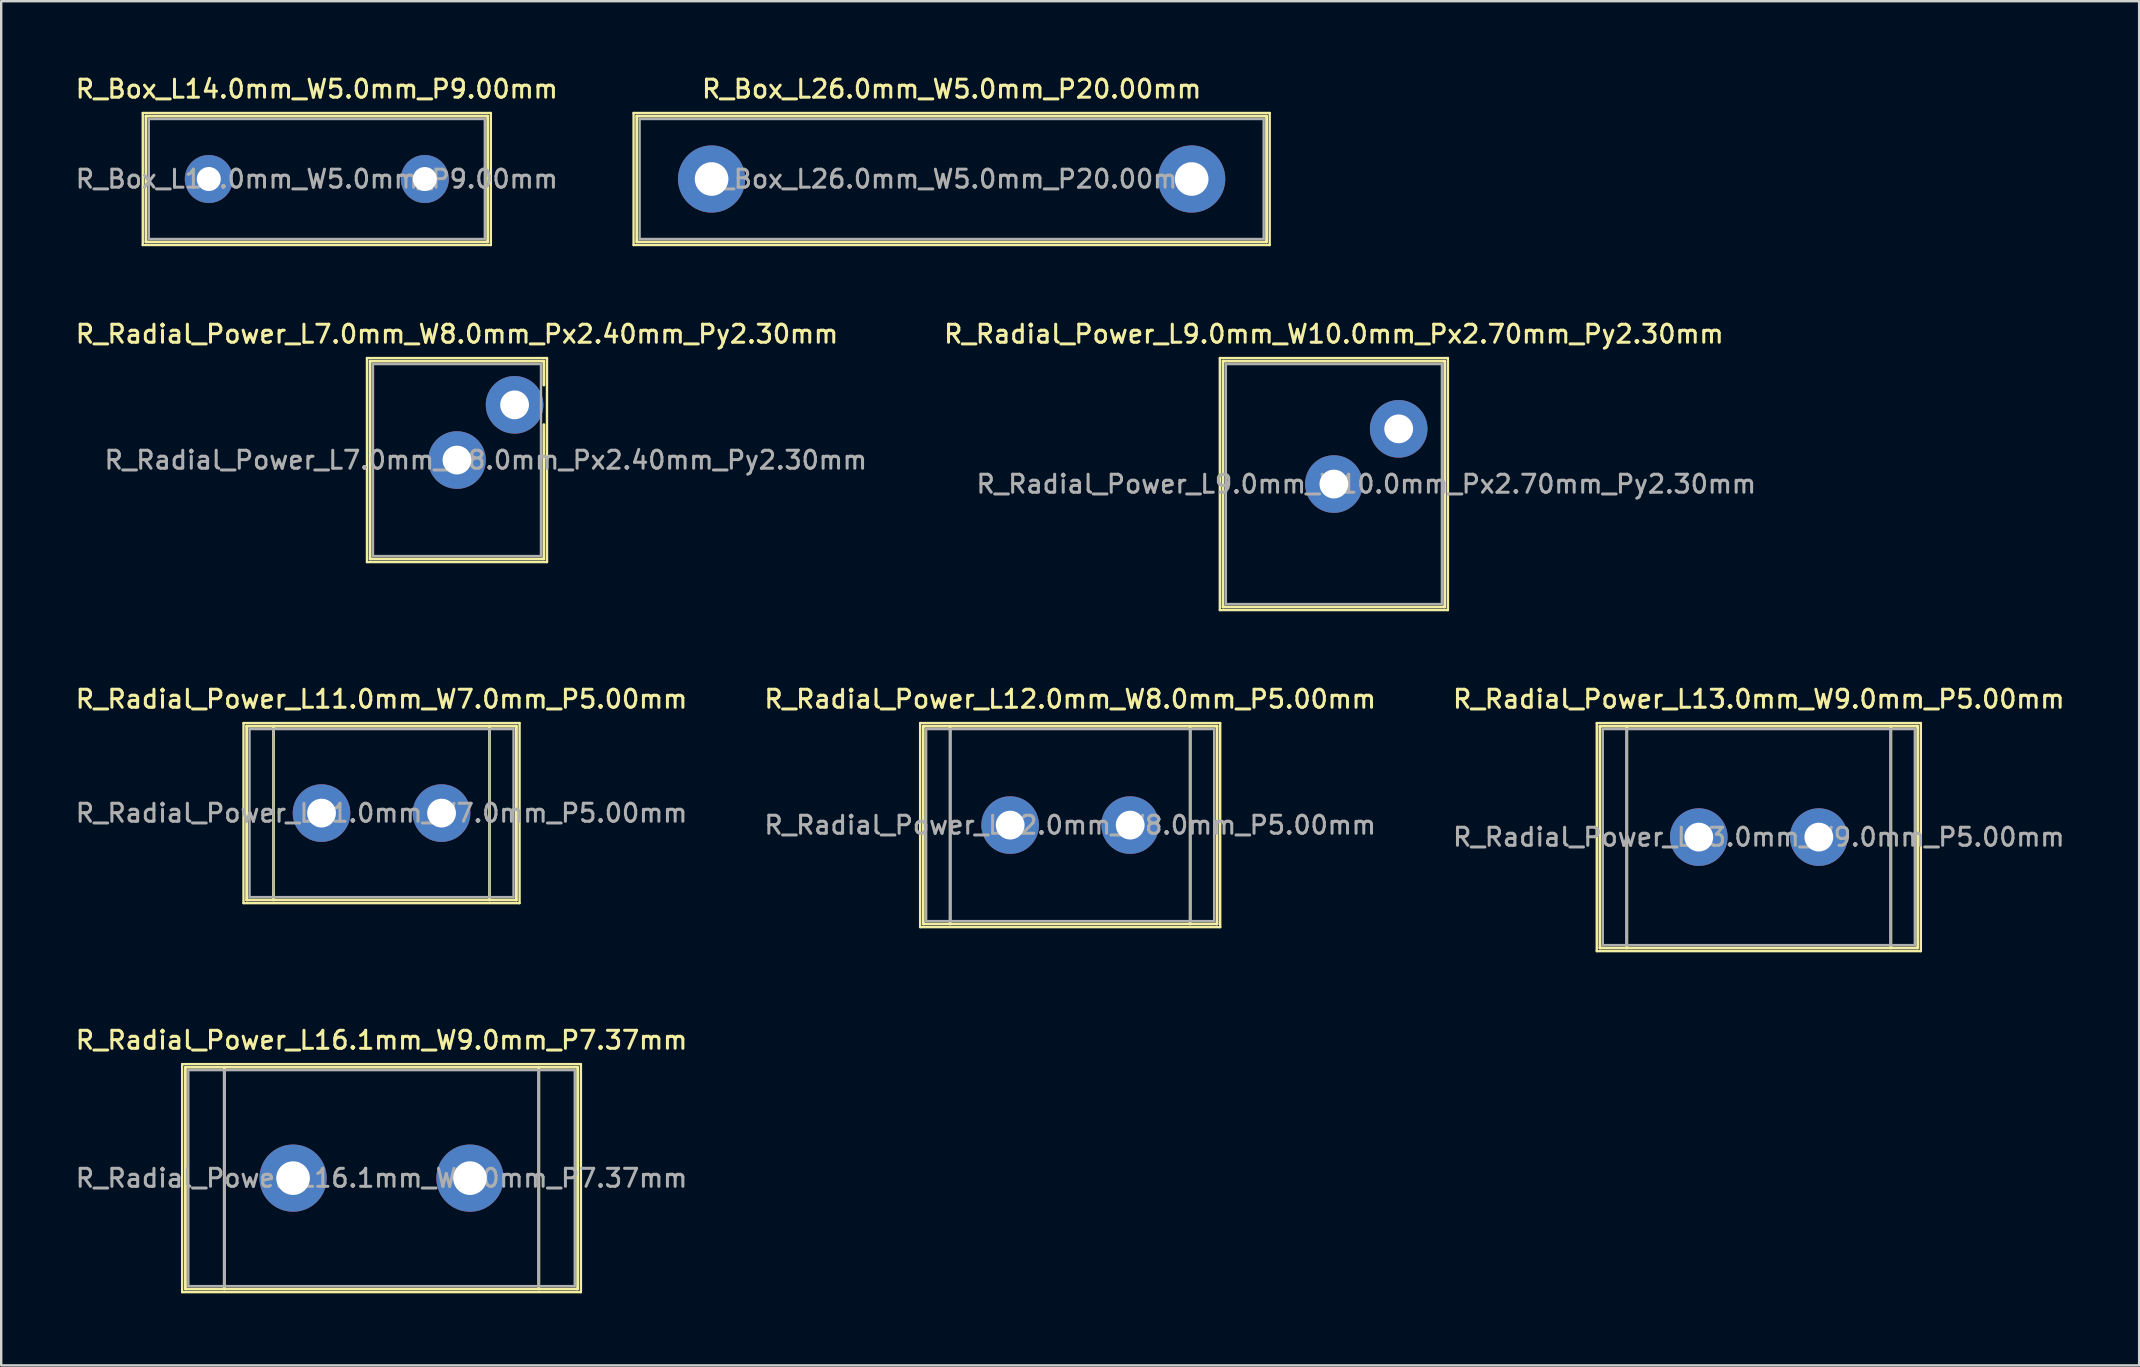
<source format=kicad_pcb>
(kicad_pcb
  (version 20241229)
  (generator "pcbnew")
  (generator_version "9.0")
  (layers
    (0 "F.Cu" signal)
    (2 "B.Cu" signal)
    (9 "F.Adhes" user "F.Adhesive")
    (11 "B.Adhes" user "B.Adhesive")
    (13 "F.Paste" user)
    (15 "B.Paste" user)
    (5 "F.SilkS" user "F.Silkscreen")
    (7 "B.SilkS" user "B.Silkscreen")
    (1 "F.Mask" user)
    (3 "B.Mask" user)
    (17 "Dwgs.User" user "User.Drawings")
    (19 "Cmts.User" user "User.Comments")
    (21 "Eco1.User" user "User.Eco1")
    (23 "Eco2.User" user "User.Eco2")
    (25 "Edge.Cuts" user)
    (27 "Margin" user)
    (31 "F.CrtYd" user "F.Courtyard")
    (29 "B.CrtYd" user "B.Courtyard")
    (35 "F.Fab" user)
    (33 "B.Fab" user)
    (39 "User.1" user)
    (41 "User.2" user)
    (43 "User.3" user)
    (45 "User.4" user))
  (footprint "R_Radial_Power_L16.1mm_W9.0mm_P7.37mm"
    (layer "F.Cu")
    (at 9.16 46.032)
    (property "Reference" "R_Radial_Power_L16.1mm_W9.0mm_P7.37mm" (at 3.685 -5.75 0) (layer "F.SilkS") (effects (font (size 0.75 0.75) (thickness 0.125))))
    (attr through_hole)
    (fp_line (start -4.62 -4.75) (end -4.62 4.75) (stroke (width 0.1) (type solid)) (layer "F.SilkS"))
    (fp_line (start -4.62 4.75) (end 11.99 4.75) (stroke (width 0.1) (type solid)) (layer "F.SilkS"))
    (fp_line (start -4.485 -4.62) (end -4.485 4.62) (stroke (width 0.12) (type solid)) (layer "F.SilkS"))
    (fp_line (start -4.485 -4.62) (end 11.855 -4.62) (stroke (width 0.12) (type solid)) (layer "F.SilkS"))
    (fp_line (start -4.485 4.62) (end 11.855 4.62) (stroke (width 0.12) (type solid)) (layer "F.SilkS"))
    (fp_line (start -2.866 -4.62) (end -2.866 4.62) (stroke (width 0.12) (type solid)) (layer "F.SilkS"))
    (fp_line (start 10.236 -4.62) (end 10.236 4.62) (stroke (width 0.12) (type solid)) (layer "F.SilkS"))
    (fp_line (start 11.855 -4.62) (end 11.855 4.62) (stroke (width 0.12) (type solid)) (layer "F.SilkS"))
    (fp_line (start 11.99 -4.75) (end -4.62 -4.75) (stroke (width 0.1) (type solid)) (layer "F.SilkS"))
    (fp_line (start 11.99 4.75) (end 11.99 -4.75) (stroke (width 0.1) (type solid)) (layer "F.SilkS"))
    (fp_line (start -4.365 -4.5) (end -4.365 4.5) (stroke (width 0.1) (type solid)) (layer "F.Fab"))
    (fp_line (start -4.365 4.5) (end 11.735 4.5) (stroke (width 0.1) (type solid)) (layer "F.Fab"))
    (fp_line (start -2.865 -4.5) (end -2.865 4.5) (stroke (width 0.1) (type solid)) (layer "F.Fab"))
    (fp_line (start 10.235 -4.5) (end 10.235 4.5) (stroke (width 0.1) (type solid)) (layer "F.Fab"))
    (fp_line (start 11.735 -4.5) (end -4.365 -4.5) (stroke (width 0.1) (type solid)) (layer "F.Fab"))
    (fp_line (start 11.735 4.5) (end 11.735 -4.5) (stroke (width 0.1) (type solid)) (layer "F.Fab"))
    (fp_text user "${REFERENCE}" (at 3.685 0 0) (layer "F.Fab") (effects (font (size 0.75 0.75) (thickness 0.125))))
    (pad "1" thru_hole circle (at 0 0) (size 2.8 2.8) (drill 1.4) (layers "*.Cu" "*.Mask"))
    (pad "2" thru_hole circle (at 7.37 0) (size 2.8 2.8) (drill 1.4) (layers "*.Cu" "*.Mask")))
  (footprint "R_Radial_Power_L11.0mm_W7.0mm_P5.00mm"
    (layer "F.Cu")
    (at 10.345 30.824)
    (property "Reference" "R_Radial_Power_L11.0mm_W7.0mm_P5.00mm" (at 2.5 -4.75 0) (layer "F.SilkS") (effects (font (size 0.75 0.75) (thickness 0.125))))
    (attr through_hole)
    (fp_line (start -3.25 -3.75) (end -3.25 3.75) (stroke (width 0.1) (type solid)) (layer "F.SilkS"))
    (fp_line (start -3.25 3.75) (end 8.25 3.75) (stroke (width 0.1) (type solid)) (layer "F.SilkS"))
    (fp_line (start -3.12 -3.62) (end -3.12 3.62) (stroke (width 0.12) (type solid)) (layer "F.SilkS"))
    (fp_line (start -3.12 -3.62) (end 8.12 -3.62) (stroke (width 0.12) (type solid)) (layer "F.SilkS"))
    (fp_line (start -3.12 3.62) (end 8.12 3.62) (stroke (width 0.12) (type solid)) (layer "F.SilkS"))
    (fp_line (start -2 -3.62) (end -2 3.62) (stroke (width 0.12) (type solid)) (layer "F.SilkS"))
    (fp_line (start 7 -3.62) (end 7 3.62) (stroke (width 0.12) (type solid)) (layer "F.SilkS"))
    (fp_line (start 8.12 -3.62) (end 8.12 3.62) (stroke (width 0.12) (type solid)) (layer "F.SilkS"))
    (fp_line (start 8.25 -3.75) (end -3.25 -3.75) (stroke (width 0.1) (type solid)) (layer "F.SilkS"))
    (fp_line (start 8.25 3.75) (end 8.25 -3.75) (stroke (width 0.1) (type solid)) (layer "F.SilkS"))
    (fp_line (start -3 -3.5) (end -3 3.5) (stroke (width 0.1) (type solid)) (layer "F.Fab"))
    (fp_line (start -3 3.5) (end 8 3.5) (stroke (width 0.1) (type solid)) (layer "F.Fab"))
    (fp_line (start -2 -3.5) (end -2 3.5) (stroke (width 0.1) (type solid)) (layer "F.Fab"))
    (fp_line (start 7 -3.5) (end 7 3.5) (stroke (width 0.1) (type solid)) (layer "F.Fab"))
    (fp_line (start 8 -3.5) (end -3 -3.5) (stroke (width 0.1) (type solid)) (layer "F.Fab"))
    (fp_line (start 8 3.5) (end 8 -3.5) (stroke (width 0.1) (type solid)) (layer "F.Fab"))
    (fp_text user "${REFERENCE}" (at 2.5 0 0) (layer "F.Fab") (effects (font (size 0.75 0.75) (thickness 0.125))))
    (pad "1" thru_hole circle (at 0 0) (size 2.4 2.4) (drill 1.2) (layers "*.Cu" "*.Mask"))
    (pad "2" thru_hole circle (at 5 0) (size 2.4 2.4) (drill 1.2) (layers "*.Cu" "*.Mask")))
  (footprint "R_Box_L26.0mm_W5.0mm_P20.00mm"
    (layer "F.Cu")
    (at 26.596 4.408)
    (property "Reference" "R_Box_L26.0mm_W5.0mm_P20.00mm" (at 10 -3.75 0) (layer "F.SilkS") (effects (font (size 0.75 0.75) (thickness 0.125))))
    (attr through_hole)
    (fp_line (start -3.25 -2.75) (end -3.25 2.75) (stroke (width 0.1) (type solid)) (layer "F.SilkS"))
    (fp_line (start -3.25 2.75) (end 23.25 2.75) (stroke (width 0.1) (type solid)) (layer "F.SilkS"))
    (fp_line (start -3.12 -2.62) (end -3.12 2.62) (stroke (width 0.12) (type solid)) (layer "F.SilkS"))
    (fp_line (start -3.12 -2.62) (end 23.12 -2.62) (stroke (width 0.12) (type solid)) (layer "F.SilkS"))
    (fp_line (start -3.12 2.62) (end 23.12 2.62) (stroke (width 0.12) (type solid)) (layer "F.SilkS"))
    (fp_line (start 23.12 -2.62) (end 23.12 2.62) (stroke (width 0.12) (type solid)) (layer "F.SilkS"))
    (fp_line (start 23.25 -2.75) (end -3.25 -2.75) (stroke (width 0.1) (type solid)) (layer "F.SilkS"))
    (fp_line (start 23.25 2.75) (end 23.25 -2.75) (stroke (width 0.1) (type solid)) (layer "F.SilkS"))
    (fp_line (start -3 -2.5) (end -3 2.5) (stroke (width 0.1) (type solid)) (layer "F.Fab"))
    (fp_line (start -3 2.5) (end 23 2.5) (stroke (width 0.1) (type solid)) (layer "F.Fab"))
    (fp_line (start 23 -2.5) (end -3 -2.5) (stroke (width 0.1) (type solid)) (layer "F.Fab"))
    (fp_line (start 23 2.5) (end 23 -2.5) (stroke (width 0.1) (type solid)) (layer "F.Fab"))
    (fp_text user "${REFERENCE}" (at 10 0 0) (layer "F.Fab") (effects (font (size 0.75 0.75) (thickness 0.125))))
    (pad "1" thru_hole circle (at 0 0) (size 2.8 2.8) (drill 1.4) (layers "*.Cu" "*.Mask"))
    (pad "2" thru_hole circle (at 20 0) (size 2.8 2.8) (drill 1.4) (layers "*.Cu" "*.Mask")))
  (footprint "R_Box_L14.0mm_W5.0mm_P9.00mm"
    (layer "F.Cu")
    (at 5.648 4.408)
    (property "Reference" "R_Box_L14.0mm_W5.0mm_P9.00mm" (at 4.5 -3.75 0) (layer "F.SilkS") (effects (font (size 0.75 0.75) (thickness 0.125))))
    (attr through_hole)
    (fp_line (start -2.75 -2.75) (end -2.75 2.75) (stroke (width 0.1) (type solid)) (layer "F.SilkS"))
    (fp_line (start -2.75 2.75) (end 11.75 2.75) (stroke (width 0.1) (type solid)) (layer "F.SilkS"))
    (fp_line (start -2.62 -2.62) (end -2.62 2.62) (stroke (width 0.12) (type solid)) (layer "F.SilkS"))
    (fp_line (start -2.62 -2.62) (end 11.62 -2.62) (stroke (width 0.12) (type solid)) (layer "F.SilkS"))
    (fp_line (start -2.62 2.62) (end 11.62 2.62) (stroke (width 0.12) (type solid)) (layer "F.SilkS"))
    (fp_line (start 11.62 -2.62) (end 11.62 2.62) (stroke (width 0.12) (type solid)) (layer "F.SilkS"))
    (fp_line (start 11.75 -2.75) (end -2.75 -2.75) (stroke (width 0.1) (type solid)) (layer "F.SilkS"))
    (fp_line (start 11.75 2.75) (end 11.75 -2.75) (stroke (width 0.1) (type solid)) (layer "F.SilkS"))
    (fp_line (start -2.5 -2.5) (end -2.5 2.5) (stroke (width 0.1) (type solid)) (layer "F.Fab"))
    (fp_line (start -2.5 2.5) (end 11.5 2.5) (stroke (width 0.1) (type solid)) (layer "F.Fab"))
    (fp_line (start 11.5 -2.5) (end -2.5 -2.5) (stroke (width 0.1) (type solid)) (layer "F.Fab"))
    (fp_line (start 11.5 2.5) (end 11.5 -2.5) (stroke (width 0.1) (type solid)) (layer "F.Fab"))
    (fp_text user "${REFERENCE}" (at 4.5 0 0) (layer "F.Fab") (effects (font (size 0.75 0.75) (thickness 0.125))))
    (pad "1" thru_hole circle (at 0 0) (size 2 2) (drill 1) (layers "*.Cu" "*.Mask"))
    (pad "2" thru_hole circle (at 9 0) (size 2 2) (drill 1) (layers "*.Cu" "*.Mask")))
  (footprint "R_Radial_Power_L12.0mm_W8.0mm_P5.00mm"
    (layer "F.Cu")
    (at 39.034 31.324)
    (property "Reference" "R_Radial_Power_L12.0mm_W8.0mm_P5.00mm" (at 2.5 -5.25 0) (layer "F.SilkS") (effects (font (size 0.75 0.75) (thickness 0.125))))
    (attr through_hole)
    (fp_line (start -3.75 -4.25) (end -3.75 4.25) (stroke (width 0.1) (type solid)) (layer "F.SilkS"))
    (fp_line (start -3.75 4.25) (end 8.75 4.25) (stroke (width 0.1) (type solid)) (layer "F.SilkS"))
    (fp_line (start -3.62 -4.12) (end -3.62 4.12) (stroke (width 0.12) (type solid)) (layer "F.SilkS"))
    (fp_line (start -3.62 -4.12) (end 8.62 -4.12) (stroke (width 0.12) (type solid)) (layer "F.SilkS"))
    (fp_line (start -3.62 4.12) (end 8.62 4.12) (stroke (width 0.12) (type solid)) (layer "F.SilkS"))
    (fp_line (start -2.5 -4.12) (end -2.5 4.12) (stroke (width 0.12) (type solid)) (layer "F.SilkS"))
    (fp_line (start 7.5 -4.12) (end 7.5 4.12) (stroke (width 0.12) (type solid)) (layer "F.SilkS"))
    (fp_line (start 8.62 -4.12) (end 8.62 4.12) (stroke (width 0.12) (type solid)) (layer "F.SilkS"))
    (fp_line (start 8.75 -4.25) (end -3.75 -4.25) (stroke (width 0.1) (type solid)) (layer "F.SilkS"))
    (fp_line (start 8.75 4.25) (end 8.75 -4.25) (stroke (width 0.1) (type solid)) (layer "F.SilkS"))
    (fp_line (start -3.5 -4) (end -3.5 4) (stroke (width 0.1) (type solid)) (layer "F.Fab"))
    (fp_line (start -3.5 4) (end 8.5 4) (stroke (width 0.1) (type solid)) (layer "F.Fab"))
    (fp_line (start -2.5 -4) (end -2.5 4) (stroke (width 0.1) (type solid)) (layer "F.Fab"))
    (fp_line (start 7.5 -4) (end 7.5 4) (stroke (width 0.1) (type solid)) (layer "F.Fab"))
    (fp_line (start 8.5 -4) (end -3.5 -4) (stroke (width 0.1) (type solid)) (layer "F.Fab"))
    (fp_line (start 8.5 4) (end 8.5 -4) (stroke (width 0.1) (type solid)) (layer "F.Fab"))
    (fp_text user "${REFERENCE}" (at 2.5 0 0) (layer "F.Fab") (effects (font (size 0.75 0.75) (thickness 0.125))))
    (pad "1" thru_hole circle (at 0 0) (size 2.4 2.4) (drill 1.2) (layers "*.Cu" "*.Mask"))
    (pad "2" thru_hole circle (at 5 0) (size 2.4 2.4) (drill 1.2) (layers "*.Cu" "*.Mask")))
  (footprint "R_Radial_Power_L9.0mm_W10.0mm_Px2.70mm_Py2.30mm"
    (layer "F.Cu")
    (at 52.52 17.116)
    (property "Reference" "R_Radial_Power_L9.0mm_W10.0mm_Px2.70mm_Py2.30mm" (at 0 -6.25 0) (layer "F.SilkS") (effects (font (size 0.75 0.75) (thickness 0.125))))
    (attr through_hole)
    (fp_line (start -4.75 -5.25) (end -4.75 5.25) (stroke (width 0.1) (type solid)) (layer "F.SilkS"))
    (fp_line (start -4.75 5.25) (end 4.75 5.25) (stroke (width 0.1) (type solid)) (layer "F.SilkS"))
    (fp_line (start -4.62 -5.12) (end -4.62 5.12) (stroke (width 0.12) (type solid)) (layer "F.SilkS"))
    (fp_line (start -4.62 -5.12) (end 4.62 -5.12) (stroke (width 0.12) (type solid)) (layer "F.SilkS"))
    (fp_line (start -4.62 5.12) (end 4.62 5.12) (stroke (width 0.12) (type solid)) (layer "F.SilkS"))
    (fp_line (start 4.62 -5.12) (end 4.62 5.12) (stroke (width 0.12) (type solid)) (layer "F.SilkS"))
    (fp_line (start 4.75 -5.25) (end -4.75 -5.25) (stroke (width 0.1) (type solid)) (layer "F.SilkS"))
    (fp_line (start 4.75 5.25) (end 4.75 -5.25) (stroke (width 0.1) (type solid)) (layer "F.SilkS"))
    (fp_line (start -4.5 -5) (end -4.5 5) (stroke (width 0.1) (type solid)) (layer "F.Fab"))
    (fp_line (start -4.5 5) (end 4.5 5) (stroke (width 0.1) (type solid)) (layer "F.Fab"))
    (fp_line (start 4.5 -5) (end -4.5 -5) (stroke (width 0.1) (type solid)) (layer "F.Fab"))
    (fp_line (start 4.5 5) (end 4.5 -5) (stroke (width 0.1) (type solid)) (layer "F.Fab"))
    (fp_text user "${REFERENCE}" (at 1.35 0 0) (layer "F.Fab") (effects (font (size 0.75 0.75) (thickness 0.125))))
    (pad "1" thru_hole circle (at 0 0) (size 2.4 2.4) (drill 1.2) (layers "*.Cu" "*.Mask"))
    (pad "2" thru_hole circle (at 2.7 -2.3) (size 2.4 2.4) (drill 1.2) (layers "*.Cu" "*.Mask")))
  (footprint "R_Radial_Power_L13.0mm_W9.0mm_P5.00mm"
    (layer "F.Cu")
    (at 67.723 31.824)
    (property "Reference" "R_Radial_Power_L13.0mm_W9.0mm_P5.00mm" (at 2.5 -5.75 0) (layer "F.SilkS") (effects (font (size 0.75 0.75) (thickness 0.125))))
    (attr through_hole)
    (fp_line (start -4.25 -4.75) (end -4.25 4.75) (stroke (width 0.1) (type solid)) (layer "F.SilkS"))
    (fp_line (start -4.25 4.75) (end 9.25 4.75) (stroke (width 0.1) (type solid)) (layer "F.SilkS"))
    (fp_line (start -4.12 -4.62) (end -4.12 4.62) (stroke (width 0.12) (type solid)) (layer "F.SilkS"))
    (fp_line (start -4.12 -4.62) (end 9.12 -4.62) (stroke (width 0.12) (type solid)) (layer "F.SilkS"))
    (fp_line (start -4.12 4.62) (end 9.12 4.62) (stroke (width 0.12) (type solid)) (layer "F.SilkS"))
    (fp_line (start -3 -4.62) (end -3 4.62) (stroke (width 0.12) (type solid)) (layer "F.SilkS"))
    (fp_line (start 8 -4.62) (end 8 4.62) (stroke (width 0.12) (type solid)) (layer "F.SilkS"))
    (fp_line (start 9.12 -4.62) (end 9.12 4.62) (stroke (width 0.12) (type solid)) (layer "F.SilkS"))
    (fp_line (start 9.25 -4.75) (end -4.25 -4.75) (stroke (width 0.1) (type solid)) (layer "F.SilkS"))
    (fp_line (start 9.25 4.75) (end 9.25 -4.75) (stroke (width 0.1) (type solid)) (layer "F.SilkS"))
    (fp_line (start -4 -4.5) (end -4 4.5) (stroke (width 0.1) (type solid)) (layer "F.Fab"))
    (fp_line (start -4 4.5) (end 9 4.5) (stroke (width 0.1) (type solid)) (layer "F.Fab"))
    (fp_line (start -3 -4.5) (end -3 4.5) (stroke (width 0.1) (type solid)) (layer "F.Fab"))
    (fp_line (start 8 -4.5) (end 8 4.5) (stroke (width 0.1) (type solid)) (layer "F.Fab"))
    (fp_line (start 9 -4.5) (end -4 -4.5) (stroke (width 0.1) (type solid)) (layer "F.Fab"))
    (fp_line (start 9 4.5) (end 9 -4.5) (stroke (width 0.1) (type solid)) (layer "F.Fab"))
    (fp_text user "${REFERENCE}" (at 2.5 0 0) (layer "F.Fab") (effects (font (size 0.75 0.75) (thickness 0.125))))
    (pad "1" thru_hole circle (at 0 0) (size 2.4 2.4) (drill 1.2) (layers "*.Cu" "*.Mask"))
    (pad "2" thru_hole circle (at 5 0) (size 2.4 2.4) (drill 1.2) (layers "*.Cu" "*.Mask")))
  (footprint "R_Radial_Power_L7.0mm_W8.0mm_Px2.40mm_Py2.30mm"
    (layer "F.Cu")
    (at 15.988 16.116)
    (property "Reference" "R_Radial_Power_L7.0mm_W8.0mm_Px2.40mm_Py2.30mm" (at 0 -5.25 0) (layer "F.SilkS") (effects (font (size 0.75 0.75) (thickness 0.125))))
    (attr through_hole)
    (fp_line (start -3.75 -4.25) (end -3.75 4.25) (stroke (width 0.1) (type solid)) (layer "F.SilkS"))
    (fp_line (start -3.75 4.25) (end 3.75 4.25) (stroke (width 0.1) (type solid)) (layer "F.SilkS"))
    (fp_line (start -3.62 -4.12) (end -3.62 4.12) (stroke (width 0.12) (type solid)) (layer "F.SilkS"))
    (fp_line (start -3.62 -4.12) (end 3.62 -4.12) (stroke (width 0.12) (type solid)) (layer "F.SilkS"))
    (fp_line (start -3.62 4.12) (end 3.62 4.12) (stroke (width 0.12) (type solid)) (layer "F.SilkS"))
    (fp_line (start 3.62 -4.12) (end 3.62 -3.125) (stroke (width 0.12) (type solid)) (layer "F.SilkS"))
    (fp_line (start 3.62 -1.475) (end 3.62 4.12) (stroke (width 0.12) (type solid)) (layer "F.SilkS"))
    (fp_line (start 3.75 -4.25) (end -3.75 -4.25) (stroke (width 0.1) (type solid)) (layer "F.SilkS"))
    (fp_line (start 3.75 4.25) (end 3.75 -4.25) (stroke (width 0.1) (type solid)) (layer "F.SilkS"))
    (fp_line (start -3.5 -4) (end -3.5 4) (stroke (width 0.1) (type solid)) (layer "F.Fab"))
    (fp_line (start -3.5 4) (end 3.5 4) (stroke (width 0.1) (type solid)) (layer "F.Fab"))
    (fp_line (start 3.5 -4) (end -3.5 -4) (stroke (width 0.1) (type solid)) (layer "F.Fab"))
    (fp_line (start 3.5 4) (end 3.5 -4) (stroke (width 0.1) (type solid)) (layer "F.Fab"))
    (fp_text user "${REFERENCE}" (at 1.2 0 0) (layer "F.Fab") (effects (font (size 0.75 0.75) (thickness 0.125))))
    (pad "1" thru_hole circle (at 0 0) (size 2.4 2.4) (drill 1.2) (layers "*.Cu" "*.Mask"))
    (pad "2" thru_hole circle (at 2.4 -2.3) (size 2.4 2.4) (drill 1.2) (layers "*.Cu" "*.Mask")))
  (gr_rect
    (start -3 -3)
    (end 86.068 53.833)
    (stroke (width 0.1) (type default))
    (fill no)
    (layer "Edge.Cuts")))
</source>
